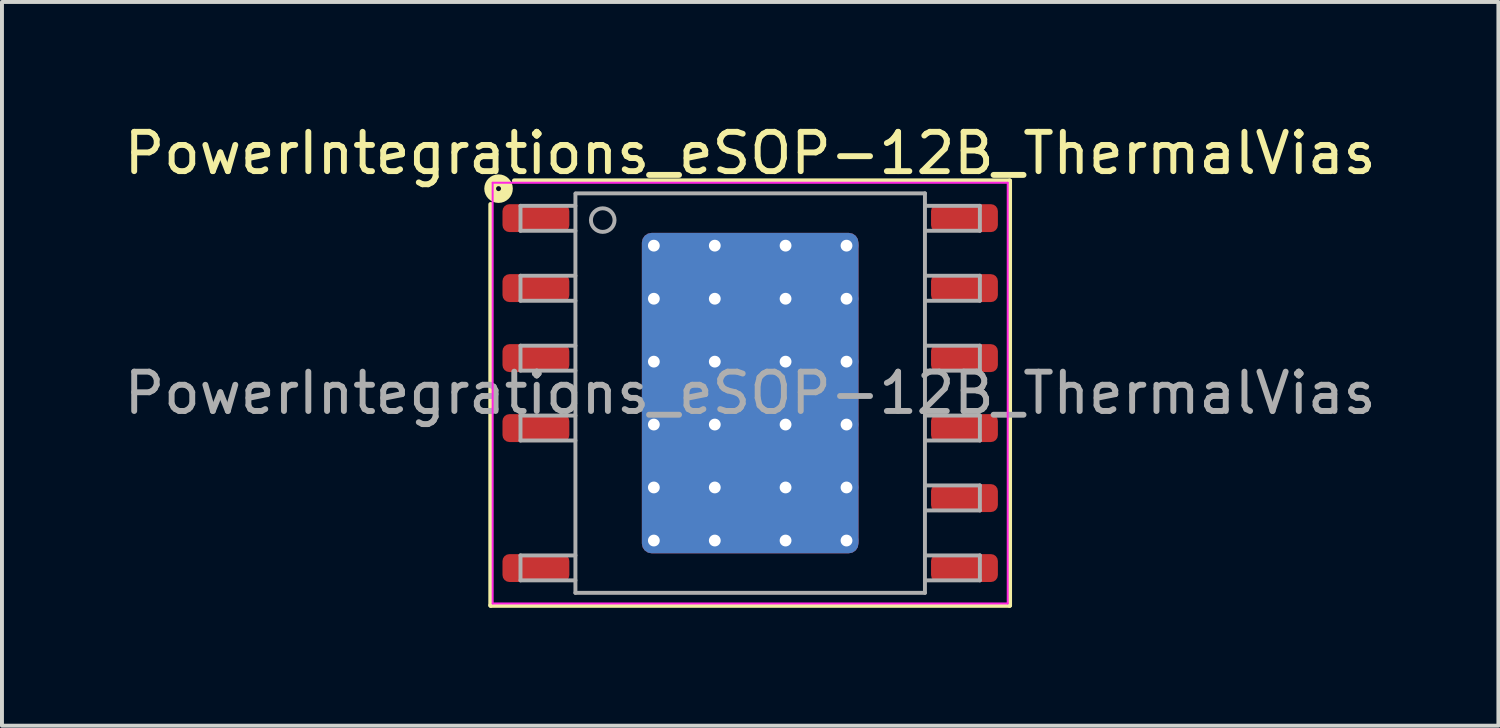
<source format=kicad_pcb>
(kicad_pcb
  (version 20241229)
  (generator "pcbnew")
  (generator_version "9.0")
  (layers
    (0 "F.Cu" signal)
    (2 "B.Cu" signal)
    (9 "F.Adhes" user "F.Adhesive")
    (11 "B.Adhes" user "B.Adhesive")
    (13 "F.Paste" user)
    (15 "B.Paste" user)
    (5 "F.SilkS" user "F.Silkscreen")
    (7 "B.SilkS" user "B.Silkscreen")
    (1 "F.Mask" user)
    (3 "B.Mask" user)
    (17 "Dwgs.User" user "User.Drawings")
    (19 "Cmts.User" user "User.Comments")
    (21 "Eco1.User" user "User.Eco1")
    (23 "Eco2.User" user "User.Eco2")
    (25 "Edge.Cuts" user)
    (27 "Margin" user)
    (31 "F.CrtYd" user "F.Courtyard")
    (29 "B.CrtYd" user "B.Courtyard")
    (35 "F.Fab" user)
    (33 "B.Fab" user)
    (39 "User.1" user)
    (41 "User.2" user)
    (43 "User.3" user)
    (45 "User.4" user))
  (footprint "PowerIntegrations_eSOP-12B_ThermalVias"
    (layer "F.Cu")
    (at 16.03 6.948)
    (property "Reference" "PowerIntegrations_eSOP-12B_ThermalVias" (at 0 -6.1 0) (layer "F.SilkS") (effects (font (size 1 1) (thickness 0.15))))
    (attr smd)
    (fp_line (start -6.6 -4.8) (end -6.6 5.4) (stroke (width 0.12) (type solid)) (layer "F.SilkS"))
    (fp_line (start -6 -5.4) (end 6.6 -5.4) (stroke (width 0.12) (type solid)) (layer "F.SilkS"))
    (fp_line (start 6.6 -5.4) (end 6.6 5.4) (stroke (width 0.12) (type solid)) (layer "F.SilkS"))
    (fp_line (start 6.6 5.4) (end -6.6 5.4) (stroke (width 0.12) (type solid)) (layer "F.SilkS"))
    (fp_circle (center -6.4 -5.2) (end -6.337 -5.2) (stroke (width 0.3) (type solid)) (fill no) (layer "F.SilkS"))
    (fp_line (start -6.55 -5.35) (end 6.55 -5.35) (stroke (width 0.05) (type solid)) (layer "F.CrtYd"))
    (fp_line (start -6.55 5.35) (end -6.55 -5.35) (stroke (width 0.05) (type solid)) (layer "F.CrtYd"))
    (fp_line (start 6.55 -5.35) (end 6.55 5.35) (stroke (width 0.05) (type solid)) (layer "F.CrtYd"))
    (fp_line (start 6.55 5.35) (end -6.55 5.35) (stroke (width 0.05) (type solid)) (layer "F.CrtYd"))
    (fp_line (start -5.842 -4.763) (end -5.842 -4.128) (stroke (width 0.1) (type solid)) (layer "F.Fab"))
    (fp_line (start -5.842 -4.763) (end -4.445 -4.763) (stroke (width 0.1) (type solid)) (layer "F.Fab"))
    (fp_line (start -5.842 -4.128) (end -4.445 -4.128) (stroke (width 0.1) (type solid)) (layer "F.Fab"))
    (fp_line (start -5.842 -2.985) (end -5.842 -2.349) (stroke (width 0.1) (type solid)) (layer "F.Fab"))
    (fp_line (start -5.842 -2.985) (end -4.445 -2.985) (stroke (width 0.1) (type solid)) (layer "F.Fab"))
    (fp_line (start -5.842 -2.349) (end -4.445 -2.349) (stroke (width 0.1) (type solid)) (layer "F.Fab"))
    (fp_line (start -5.842 -1.206) (end -5.842 -0.572) (stroke (width 0.1) (type solid)) (layer "F.Fab"))
    (fp_line (start -5.842 -1.206) (end -4.445 -1.206) (stroke (width 0.1) (type solid)) (layer "F.Fab"))
    (fp_line (start -5.842 -0.572) (end -4.445 -0.572) (stroke (width 0.1) (type solid)) (layer "F.Fab"))
    (fp_line (start -5.842 0.572) (end -5.842 1.206) (stroke (width 0.1) (type solid)) (layer "F.Fab"))
    (fp_line (start -5.842 0.572) (end -4.445 0.572) (stroke (width 0.1) (type solid)) (layer "F.Fab"))
    (fp_line (start -5.842 1.206) (end -4.445 1.206) (stroke (width 0.1) (type solid)) (layer "F.Fab"))
    (fp_line (start -5.842 4.128) (end -5.842 4.763) (stroke (width 0.1) (type solid)) (layer "F.Fab"))
    (fp_line (start -5.842 4.128) (end -4.445 4.128) (stroke (width 0.1) (type solid)) (layer "F.Fab"))
    (fp_line (start -5.842 4.763) (end -4.445 4.763) (stroke (width 0.1) (type solid)) (layer "F.Fab"))
    (fp_line (start -4.445 -5.07) (end -4.445 5.08) (stroke (width 0.1) (type solid)) (layer "F.Fab"))
    (fp_line (start -4.445 5.08) (end 4.445 5.08) (stroke (width 0.1) (type solid)) (layer "F.Fab"))
    (fp_line (start 4.445 -5.08) (end -4.44 -5.08) (stroke (width 0.1) (type solid)) (layer "F.Fab"))
    (fp_line (start 4.445 5.08) (end 4.445 -5.08) (stroke (width 0.1) (type solid)) (layer "F.Fab"))
    (fp_line (start 5.842 -4.763) (end 4.445 -4.763) (stroke (width 0.1) (type solid)) (layer "F.Fab"))
    (fp_line (start 5.842 -4.128) (end 4.445 -4.128) (stroke (width 0.1) (type solid)) (layer "F.Fab"))
    (fp_line (start 5.842 -4.128) (end 5.842 -4.763) (stroke (width 0.1) (type solid)) (layer "F.Fab"))
    (fp_line (start 5.842 -2.985) (end 4.445 -2.985) (stroke (width 0.1) (type solid)) (layer "F.Fab"))
    (fp_line (start 5.842 -2.349) (end 4.445 -2.349) (stroke (width 0.1) (type solid)) (layer "F.Fab"))
    (fp_line (start 5.842 -2.349) (end 5.842 -2.985) (stroke (width 0.1) (type solid)) (layer "F.Fab"))
    (fp_line (start 5.842 -1.206) (end 4.445 -1.206) (stroke (width 0.1) (type solid)) (layer "F.Fab"))
    (fp_line (start 5.842 -0.572) (end 4.445 -0.572) (stroke (width 0.1) (type solid)) (layer "F.Fab"))
    (fp_line (start 5.842 -0.572) (end 5.842 -1.206) (stroke (width 0.1) (type solid)) (layer "F.Fab"))
    (fp_line (start 5.842 0.572) (end 4.445 0.572) (stroke (width 0.1) (type solid)) (layer "F.Fab"))
    (fp_line (start 5.842 1.206) (end 4.445 1.206) (stroke (width 0.1) (type solid)) (layer "F.Fab"))
    (fp_line (start 5.842 1.206) (end 5.842 0.572) (stroke (width 0.1) (type solid)) (layer "F.Fab"))
    (fp_line (start 5.842 2.349) (end 4.445 2.349) (stroke (width 0.1) (type solid)) (layer "F.Fab"))
    (fp_line (start 5.842 2.985) (end 4.445 2.985) (stroke (width 0.1) (type solid)) (layer "F.Fab"))
    (fp_line (start 5.842 2.985) (end 5.842 2.349) (stroke (width 0.1) (type solid)) (layer "F.Fab"))
    (fp_line (start 5.842 4.128) (end 4.445 4.128) (stroke (width 0.1) (type solid)) (layer "F.Fab"))
    (fp_line (start 5.842 4.763) (end 4.445 4.763) (stroke (width 0.1) (type solid)) (layer "F.Fab"))
    (fp_line (start 5.842 4.763) (end 5.842 4.128) (stroke (width 0.1) (type solid)) (layer "F.Fab"))
    (fp_circle (center -3.75 -4.4) (end -3.45 -4.4) (stroke (width 0.1) (type solid)) (fill no) (layer "F.Fab"))
    (fp_text user "${REFERENCE}" (at 0 0 0) (layer "F.Fab") (effects (font (size 1 1) (thickness 0.15))))
    (pad "" smd roundrect (at -1.8 -3.2 270) (size 1.3 1.5) (layers "F.Paste") (roundrect_rratio 0.192))
    (pad "" smd roundrect (at -1.8 -1.6 270) (size 1.3 1.5) (layers "F.Paste") (roundrect_rratio 0.192))
    (pad "" smd roundrect (at -1.8 0 270) (size 1.3 1.5) (layers "F.Paste") (roundrect_rratio 0.192))
    (pad "" smd roundrect (at -1.8 1.6 270) (size 1.3 1.5) (layers "F.Paste") (roundrect_rratio 0.192))
    (pad "" smd roundrect (at -1.8 3.2 270) (size 1.3 1.5) (layers "F.Paste") (roundrect_rratio 0.192))
    (pad "" smd roundrect (at 0 -3.2 270) (size 1.3 1.5) (layers "F.Paste") (roundrect_rratio 0.192))
    (pad "" smd roundrect (at 0 -1.6 270) (size 1.3 1.5) (layers "F.Paste") (roundrect_rratio 0.192))
    (pad "" smd roundrect (at 0 0 270) (size 1.3 1.5) (layers "F.Paste") (roundrect_rratio 0.192))
    (pad "" smd roundrect (at 0 1.6 270) (size 1.3 1.5) (layers "F.Paste") (roundrect_rratio 0.192))
    (pad "" smd roundrect (at 0 3.2 270) (size 1.3 1.5) (layers "F.Paste") (roundrect_rratio 0.192))
    (pad "" smd roundrect (at 1.8 -3.2 270) (size 1.3 1.5) (layers "F.Paste") (roundrect_rratio 0.192))
    (pad "" smd roundrect (at 1.8 -1.6 270) (size 1.3 1.5) (layers "F.Paste") (roundrect_rratio 0.192))
    (pad "" smd roundrect (at 1.8 0 270) (size 1.3 1.5) (layers "F.Paste") (roundrect_rratio 0.192))
    (pad "" smd roundrect (at 1.8 1.6 270) (size 1.3 1.5) (layers "F.Paste") (roundrect_rratio 0.192))
    (pad "" smd roundrect (at 1.8 3.2 270) (size 1.3 1.5) (layers "F.Paste") (roundrect_rratio 0.192))
    (pad "1" smd roundrect (at -5.45 -4.45 270) (size 0.71 1.7) (layers "F.Cu" "F.Mask" "F.Paste") (roundrect_rratio 0.25))
    (pad "2" smd roundrect (at -5.45 -2.67 270) (size 0.71 1.7) (layers "F.Cu" "F.Mask" "F.Paste") (roundrect_rratio 0.25))
    (pad "3" smd roundrect (at -5.45 -0.89 270) (size 0.71 1.7) (layers "F.Cu" "F.Mask" "F.Paste") (roundrect_rratio 0.25))
    (pad "4" smd roundrect (at -5.45 0.89 270) (size 0.71 1.7) (layers "F.Cu" "F.Mask" "F.Paste") (roundrect_rratio 0.25))
    (pad "6" smd roundrect (at -5.45 4.45 270) (size 0.71 1.7) (layers "F.Cu" "F.Mask" "F.Paste") (roundrect_rratio 0.25))
    (pad "7" smd roundrect (at 5.45 4.45 270) (size 0.71 1.7) (layers "F.Cu" "F.Mask" "F.Paste") (roundrect_rratio 0.25))
    (pad "8" smd roundrect (at 5.45 2.67 270) (size 0.71 1.7) (layers "F.Cu" "F.Mask" "F.Paste") (roundrect_rratio 0.25))
    (pad "9" smd roundrect (at 5.45 0.89 270) (size 0.71 1.7) (layers "F.Cu" "F.Mask" "F.Paste") (roundrect_rratio 0.25))
    (pad "10" smd roundrect (at 5.45 -0.89 270) (size 0.71 1.7) (layers "F.Cu" "F.Mask" "F.Paste") (roundrect_rratio 0.25))
    (pad "11" smd roundrect (at 5.45 -2.67 270) (size 0.71 1.7) (layers "F.Cu" "F.Mask" "F.Paste") (roundrect_rratio 0.25))
    (pad "12" smd roundrect (at 5.45 -4.45 270) (size 0.71 1.7) (layers "F.Cu" "F.Mask" "F.Paste") (roundrect_rratio 0.25))
    (pad "13" thru_hole circle (at -2.45 -3.75) (size 0.6 0.6) (drill 0.3) (property pad_prop_heatsink) (layers "*.Cu"))
    (pad "13" thru_hole circle (at -2.45 -2.4) (size 0.6 0.6) (drill 0.3) (property pad_prop_heatsink) (layers "*.Cu"))
    (pad "13" thru_hole circle (at -2.45 -0.8) (size 0.6 0.6) (drill 0.3) (property pad_prop_heatsink) (layers "*.Cu"))
    (pad "13" thru_hole circle (at -2.45 0.8) (size 0.6 0.6) (drill 0.3) (property pad_prop_heatsink) (layers "*.Cu"))
    (pad "13" thru_hole circle (at -2.45 2.4) (size 0.6 0.6) (drill 0.3) (property pad_prop_heatsink) (layers "*.Cu"))
    (pad "13" thru_hole circle (at -2.45 3.75) (size 0.6 0.6) (drill 0.3) (property pad_prop_heatsink) (layers "*.Cu"))
    (pad "13" thru_hole circle (at -0.9 -3.75) (size 0.6 0.6) (drill 0.3) (property pad_prop_heatsink) (layers "*.Cu"))
    (pad "13" thru_hole circle (at -0.9 -2.4) (size 0.6 0.6) (drill 0.3) (property pad_prop_heatsink) (layers "*.Cu"))
    (pad "13" thru_hole circle (at -0.9 -0.8) (size 0.6 0.6) (drill 0.3) (property pad_prop_heatsink) (layers "*.Cu"))
    (pad "13" thru_hole circle (at -0.9 0.8) (size 0.6 0.6) (drill 0.3) (property pad_prop_heatsink) (layers "*.Cu"))
    (pad "13" thru_hole circle (at -0.9 2.4) (size 0.6 0.6) (drill 0.3) (property pad_prop_heatsink) (layers "*.Cu"))
    (pad "13" thru_hole circle (at -0.9 3.75) (size 0.6 0.6) (drill 0.3) (property pad_prop_heatsink) (layers "*.Cu"))
    (pad "13" smd roundrect (at 0 0 270) (size 8.15 5.51) (layers "F.Cu" "F.Mask") (roundrect_rratio 0.045))
    (pad "13" smd roundrect (at 0 0 270) (size 8.15 5.51) (layers "B.Cu" "B.Mask") (roundrect_rratio 0.045))
    (pad "13" thru_hole circle (at 0.9 -3.75) (size 0.6 0.6) (drill 0.3) (property pad_prop_heatsink) (layers "*.Cu"))
    (pad "13" thru_hole circle (at 0.9 -2.4) (size 0.6 0.6) (drill 0.3) (property pad_prop_heatsink) (layers "*.Cu"))
    (pad "13" thru_hole circle (at 0.9 -0.8) (size 0.6 0.6) (drill 0.3) (property pad_prop_heatsink) (layers "*.Cu"))
    (pad "13" thru_hole circle (at 0.9 0.8) (size 0.6 0.6) (drill 0.3) (property pad_prop_heatsink) (layers "*.Cu"))
    (pad "13" thru_hole circle (at 0.9 2.4) (size 0.6 0.6) (drill 0.3) (property pad_prop_heatsink) (layers "*.Cu"))
    (pad "13" thru_hole circle (at 0.9 3.75) (size 0.6 0.6) (drill 0.3) (property pad_prop_heatsink) (layers "*.Cu"))
    (pad "13" thru_hole circle (at 2.45 -3.75) (size 0.6 0.6) (drill 0.3) (property pad_prop_heatsink) (layers "*.Cu"))
    (pad "13" thru_hole circle (at 2.45 -2.4) (size 0.6 0.6) (drill 0.3) (property pad_prop_heatsink) (layers "*.Cu"))
    (pad "13" thru_hole circle (at 2.45 -0.8) (size 0.6 0.6) (drill 0.3) (property pad_prop_heatsink) (layers "*.Cu"))
    (pad "13" thru_hole circle (at 2.45 0.8) (size 0.6 0.6) (drill 0.3) (property pad_prop_heatsink) (layers "*.Cu"))
    (pad "13" thru_hole circle (at 2.45 2.4) (size 0.6 0.6) (drill 0.3) (property pad_prop_heatsink) (layers "*.Cu"))
    (pad "13" thru_hole circle (at 2.45 3.75) (size 0.6 0.6) (drill 0.3) (property pad_prop_heatsink) (layers "*.Cu")))
  (gr_rect
    (start -3 -3)
    (end 35.06 15.408)
    (stroke (width 0.1) (type default))
    (fill no)
    (layer "Edge.Cuts")))
</source>
